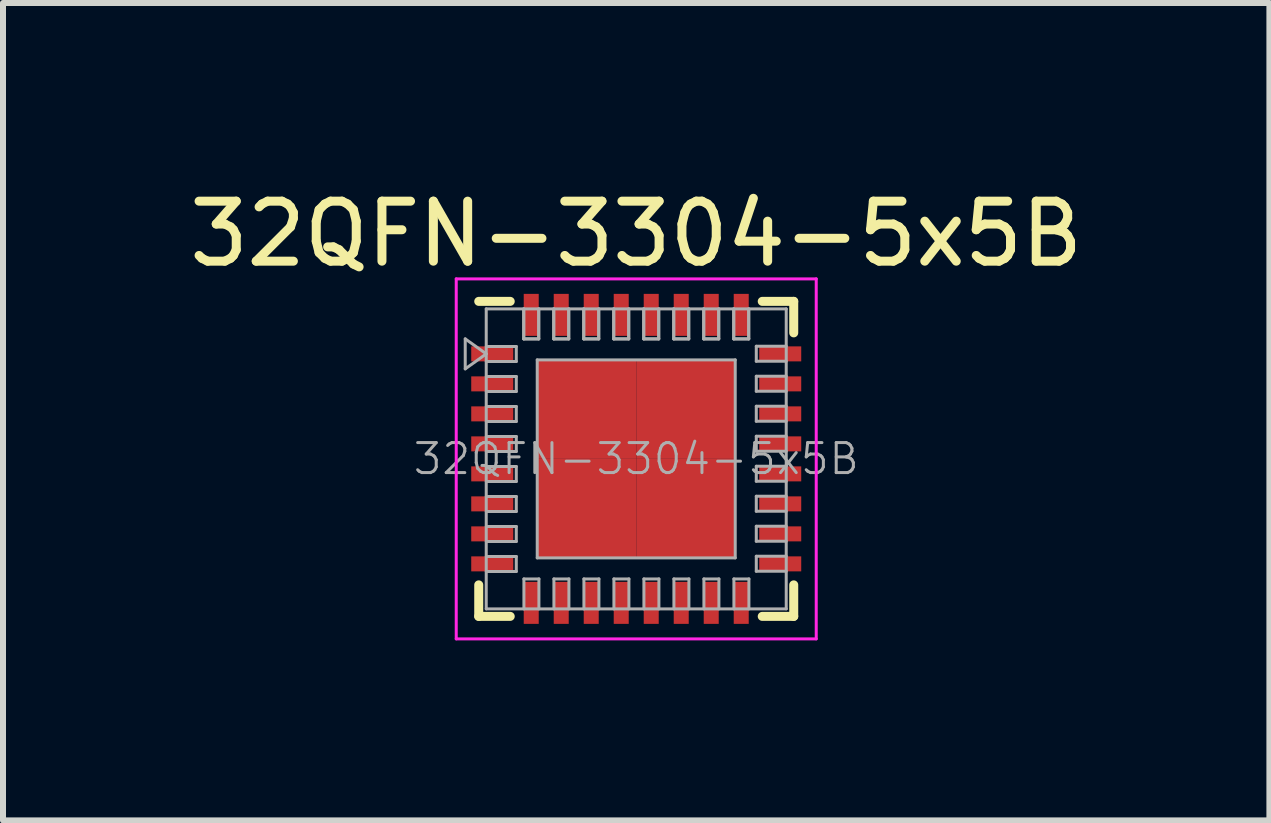
<source format=kicad_pcb>
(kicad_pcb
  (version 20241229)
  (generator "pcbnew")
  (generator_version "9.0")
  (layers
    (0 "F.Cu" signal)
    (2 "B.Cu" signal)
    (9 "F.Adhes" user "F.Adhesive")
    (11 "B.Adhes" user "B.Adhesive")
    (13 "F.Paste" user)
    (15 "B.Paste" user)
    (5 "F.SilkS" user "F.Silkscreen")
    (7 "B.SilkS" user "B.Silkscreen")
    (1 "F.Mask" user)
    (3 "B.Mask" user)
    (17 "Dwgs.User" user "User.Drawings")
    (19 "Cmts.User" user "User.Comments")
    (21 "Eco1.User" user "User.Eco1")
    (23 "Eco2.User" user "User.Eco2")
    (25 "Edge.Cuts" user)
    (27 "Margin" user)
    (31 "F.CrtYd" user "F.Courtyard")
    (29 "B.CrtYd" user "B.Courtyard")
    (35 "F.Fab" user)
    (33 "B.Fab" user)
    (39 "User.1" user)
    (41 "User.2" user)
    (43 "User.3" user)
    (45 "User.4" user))
  (footprint "32QFN-3304-5x5B"
    (layer "F.Cu")
    (at 7.554 4.598)
    (property "Reference" "32QFN-3304-5x5B" (at 0 -3.75 0) (layer "F.SilkS") (effects (font (size 1 1) (thickness 0.15))))
    (attr smd)
    (fp_line (start -2.625 -2.625) (end -2.1 -2.625) (stroke (width 0.15) (type solid)) (layer "F.SilkS"))
    (fp_line (start -2.625 2.625) (end -2.625 2.1) (stroke (width 0.15) (type solid)) (layer "F.SilkS"))
    (fp_line (start -2.625 2.625) (end -2.1 2.625) (stroke (width 0.15) (type solid)) (layer "F.SilkS"))
    (fp_line (start 2.625 -2.625) (end 2.1 -2.625) (stroke (width 0.15) (type solid)) (layer "F.SilkS"))
    (fp_line (start 2.625 -2.625) (end 2.625 -2.1) (stroke (width 0.15) (type solid)) (layer "F.SilkS"))
    (fp_line (start 2.625 2.625) (end 2.1 2.625) (stroke (width 0.15) (type solid)) (layer "F.SilkS"))
    (fp_line (start 2.625 2.625) (end 2.625 2.1) (stroke (width 0.15) (type solid)) (layer "F.SilkS"))
    (fp_line (start -3 -3) (end -3 3) (stroke (width 0.05) (type solid)) (layer "F.CrtYd"))
    (fp_line (start -3 -3) (end 3 -3) (stroke (width 0.05) (type solid)) (layer "F.CrtYd"))
    (fp_line (start -3 3) (end 3 3) (stroke (width 0.05) (type solid)) (layer "F.CrtYd"))
    (fp_line (start 3 -3) (end 3 3) (stroke (width 0.05) (type solid)) (layer "F.CrtYd"))
    (fp_line (start -2.85 -2) (end -2.5 -1.75) (stroke (width 0.05) (type solid)) (layer "F.Fab"))
    (fp_line (start -2.85 -1.5) (end -2.85 -2) (stroke (width 0.05) (type solid)) (layer "F.Fab"))
    (fp_line (start -2.5 -2.5) (end -2.5 2.5) (stroke (width 0.05) (type solid)) (layer "F.Fab"))
    (fp_line (start -2.5 -1.75) (end -2.85 -1.5) (stroke (width 0.05) (type solid)) (layer "F.Fab"))
    (fp_line (start -2.5 2.5) (end 2.5 2.5) (stroke (width 0.05) (type solid)) (layer "F.Fab"))
    (fp_line (start -2.499 -1.873) (end -1.999 -1.873) (stroke (width 0.05) (type solid)) (layer "F.Fab"))
    (fp_line (start -2.499 -1.623) (end -1.999 -1.623) (stroke (width 0.05) (type solid)) (layer "F.Fab"))
    (fp_line (start -2.499 -1.373) (end -1.999 -1.373) (stroke (width 0.05) (type solid)) (layer "F.Fab"))
    (fp_line (start -2.499 -1.123) (end -1.999 -1.123) (stroke (width 0.05) (type solid)) (layer "F.Fab"))
    (fp_line (start -2.499 -0.873) (end -1.999 -0.873) (stroke (width 0.05) (type solid)) (layer "F.Fab"))
    (fp_line (start -2.499 -0.623) (end -1.999 -0.623) (stroke (width 0.05) (type solid)) (layer "F.Fab"))
    (fp_line (start -2.499 -0.373) (end -1.999 -0.373) (stroke (width 0.05) (type solid)) (layer "F.Fab"))
    (fp_line (start -2.499 -0.123) (end -1.999 -0.123) (stroke (width 0.05) (type solid)) (layer "F.Fab"))
    (fp_line (start -2.499 0.127) (end -1.999 0.127) (stroke (width 0.05) (type solid)) (layer "F.Fab"))
    (fp_line (start -2.499 0.377) (end -1.999 0.377) (stroke (width 0.05) (type solid)) (layer "F.Fab"))
    (fp_line (start -2.499 0.627) (end -1.999 0.627) (stroke (width 0.05) (type solid)) (layer "F.Fab"))
    (fp_line (start -2.499 0.877) (end -1.999 0.877) (stroke (width 0.05) (type solid)) (layer "F.Fab"))
    (fp_line (start -2.499 1.127) (end -1.999 1.127) (stroke (width 0.05) (type solid)) (layer "F.Fab"))
    (fp_line (start -2.499 1.377) (end -1.999 1.377) (stroke (width 0.05) (type solid)) (layer "F.Fab"))
    (fp_line (start -2.499 1.627) (end -1.999 1.627) (stroke (width 0.05) (type solid)) (layer "F.Fab"))
    (fp_line (start -2.499 1.877) (end -1.999 1.877) (stroke (width 0.05) (type solid)) (layer "F.Fab"))
    (fp_line (start -1.999 -1.873) (end -1.999 -1.623) (stroke (width 0.05) (type solid)) (layer "F.Fab"))
    (fp_line (start -1.999 -1.373) (end -1.999 -1.123) (stroke (width 0.05) (type solid)) (layer "F.Fab"))
    (fp_line (start -1.999 -0.873) (end -1.999 -0.623) (stroke (width 0.05) (type solid)) (layer "F.Fab"))
    (fp_line (start -1.999 -0.373) (end -1.999 -0.123) (stroke (width 0.05) (type solid)) (layer "F.Fab"))
    (fp_line (start -1.999 0.127) (end -1.999 0.377) (stroke (width 0.05) (type solid)) (layer "F.Fab"))
    (fp_line (start -1.999 0.627) (end -1.999 0.877) (stroke (width 0.05) (type solid)) (layer "F.Fab"))
    (fp_line (start -1.999 1.127) (end -1.999 1.377) (stroke (width 0.05) (type solid)) (layer "F.Fab"))
    (fp_line (start -1.999 1.627) (end -1.999 1.877) (stroke (width 0.05) (type solid)) (layer "F.Fab"))
    (fp_line (start -1.875 -2.5) (end -1.875 -2) (stroke (width 0.05) (type solid)) (layer "F.Fab"))
    (fp_line (start -1.875 -2.5) (end -1.875 -2) (stroke (width 0.05) (type solid)) (layer "F.Fab"))
    (fp_line (start -1.872 2.001) (end -1.622 2.001) (stroke (width 0.05) (type solid)) (layer "F.Fab"))
    (fp_line (start -1.872 2.501) (end -1.872 2.001) (stroke (width 0.05) (type solid)) (layer "F.Fab"))
    (fp_line (start -1.65 -1.65) (end 1.65 -1.65) (stroke (width 0.05) (type solid)) (layer "F.Fab"))
    (fp_line (start -1.65 1.65) (end -1.65 -1.65) (stroke (width 0.05) (type solid)) (layer "F.Fab"))
    (fp_line (start -1.625 -2.5) (end -1.625 -2) (stroke (width 0.05) (type solid)) (layer "F.Fab"))
    (fp_line (start -1.625 -2.5) (end -1.625 -2) (stroke (width 0.05) (type solid)) (layer "F.Fab"))
    (fp_line (start -1.625 -2) (end -1.875 -2) (stroke (width 0.05) (type solid)) (layer "F.Fab"))
    (fp_line (start -1.625 -2) (end -1.875 -2) (stroke (width 0.05) (type solid)) (layer "F.Fab"))
    (fp_line (start -1.622 2.501) (end -1.622 2.001) (stroke (width 0.05) (type solid)) (layer "F.Fab"))
    (fp_line (start -1.375 -2.5) (end -1.375 -2) (stroke (width 0.05) (type solid)) (layer "F.Fab"))
    (fp_line (start -1.375 -2.5) (end -1.375 -2) (stroke (width 0.05) (type solid)) (layer "F.Fab"))
    (fp_line (start -1.372 2.001) (end -1.122 2.001) (stroke (width 0.05) (type solid)) (layer "F.Fab"))
    (fp_line (start -1.372 2.501) (end -1.372 2.001) (stroke (width 0.05) (type solid)) (layer "F.Fab"))
    (fp_line (start -1.125 -2.5) (end -1.125 -2) (stroke (width 0.05) (type solid)) (layer "F.Fab"))
    (fp_line (start -1.125 -2.5) (end -1.125 -2) (stroke (width 0.05) (type solid)) (layer "F.Fab"))
    (fp_line (start -1.125 -2) (end -1.375 -2) (stroke (width 0.05) (type solid)) (layer "F.Fab"))
    (fp_line (start -1.125 -2) (end -1.375 -2) (stroke (width 0.05) (type solid)) (layer "F.Fab"))
    (fp_line (start -1.122 2.501) (end -1.122 2.001) (stroke (width 0.05) (type solid)) (layer "F.Fab"))
    (fp_line (start -0.875 -2.5) (end -0.875 -2) (stroke (width 0.05) (type solid)) (layer "F.Fab"))
    (fp_line (start -0.875 -2.5) (end -0.875 -2) (stroke (width 0.05) (type solid)) (layer "F.Fab"))
    (fp_line (start -0.872 2.001) (end -0.622 2.001) (stroke (width 0.05) (type solid)) (layer "F.Fab"))
    (fp_line (start -0.872 2.501) (end -0.872 2.001) (stroke (width 0.05) (type solid)) (layer "F.Fab"))
    (fp_line (start -0.625 -2.5) (end -0.625 -2) (stroke (width 0.05) (type solid)) (layer "F.Fab"))
    (fp_line (start -0.625 -2.5) (end -0.625 -2) (stroke (width 0.05) (type solid)) (layer "F.Fab"))
    (fp_line (start -0.625 -2) (end -0.875 -2) (stroke (width 0.05) (type solid)) (layer "F.Fab"))
    (fp_line (start -0.625 -2) (end -0.875 -2) (stroke (width 0.05) (type solid)) (layer "F.Fab"))
    (fp_line (start -0.622 2.501) (end -0.622 2.001) (stroke (width 0.05) (type solid)) (layer "F.Fab"))
    (fp_line (start -0.375 -2.5) (end -0.375 -2) (stroke (width 0.05) (type solid)) (layer "F.Fab"))
    (fp_line (start -0.375 -2.5) (end -0.375 -2) (stroke (width 0.05) (type solid)) (layer "F.Fab"))
    (fp_line (start -0.372 2.001) (end -0.122 2.001) (stroke (width 0.05) (type solid)) (layer "F.Fab"))
    (fp_line (start -0.372 2.501) (end -0.372 2.001) (stroke (width 0.05) (type solid)) (layer "F.Fab"))
    (fp_line (start -0.125 -2.5) (end -0.125 -2) (stroke (width 0.05) (type solid)) (layer "F.Fab"))
    (fp_line (start -0.125 -2.5) (end -0.125 -2) (stroke (width 0.05) (type solid)) (layer "F.Fab"))
    (fp_line (start -0.125 -2) (end -0.375 -2) (stroke (width 0.05) (type solid)) (layer "F.Fab"))
    (fp_line (start -0.125 -2) (end -0.375 -2) (stroke (width 0.05) (type solid)) (layer "F.Fab"))
    (fp_line (start -0.122 2.501) (end -0.122 2.001) (stroke (width 0.05) (type solid)) (layer "F.Fab"))
    (fp_line (start 0.125 -2.5) (end 0.125 -2) (stroke (width 0.05) (type solid)) (layer "F.Fab"))
    (fp_line (start 0.125 -2.5) (end 0.125 -2) (stroke (width 0.05) (type solid)) (layer "F.Fab"))
    (fp_line (start 0.128 2.001) (end 0.378 2.001) (stroke (width 0.05) (type solid)) (layer "F.Fab"))
    (fp_line (start 0.128 2.501) (end 0.128 2.001) (stroke (width 0.05) (type solid)) (layer "F.Fab"))
    (fp_line (start 0.375 -2.5) (end 0.375 -2) (stroke (width 0.05) (type solid)) (layer "F.Fab"))
    (fp_line (start 0.375 -2.5) (end 0.375 -2) (stroke (width 0.05) (type solid)) (layer "F.Fab"))
    (fp_line (start 0.375 -2) (end 0.125 -2) (stroke (width 0.05) (type solid)) (layer "F.Fab"))
    (fp_line (start 0.375 -2) (end 0.125 -2) (stroke (width 0.05) (type solid)) (layer "F.Fab"))
    (fp_line (start 0.378 2.501) (end 0.378 2.001) (stroke (width 0.05) (type solid)) (layer "F.Fab"))
    (fp_line (start 0.625 -2.5) (end 0.625 -2) (stroke (width 0.05) (type solid)) (layer "F.Fab"))
    (fp_line (start 0.625 -2.5) (end 0.625 -2) (stroke (width 0.05) (type solid)) (layer "F.Fab"))
    (fp_line (start 0.628 2.001) (end 0.878 2.001) (stroke (width 0.05) (type solid)) (layer "F.Fab"))
    (fp_line (start 0.628 2.501) (end 0.628 2.001) (stroke (width 0.05) (type solid)) (layer "F.Fab"))
    (fp_line (start 0.875 -2.5) (end 0.875 -2) (stroke (width 0.05) (type solid)) (layer "F.Fab"))
    (fp_line (start 0.875 -2.5) (end 0.875 -2) (stroke (width 0.05) (type solid)) (layer "F.Fab"))
    (fp_line (start 0.875 -2) (end 0.625 -2) (stroke (width 0.05) (type solid)) (layer "F.Fab"))
    (fp_line (start 0.875 -2) (end 0.625 -2) (stroke (width 0.05) (type solid)) (layer "F.Fab"))
    (fp_line (start 0.878 2.501) (end 0.878 2.001) (stroke (width 0.05) (type solid)) (layer "F.Fab"))
    (fp_line (start 1.125 -2.5) (end 1.125 -2) (stroke (width 0.05) (type solid)) (layer "F.Fab"))
    (fp_line (start 1.125 -2.5) (end 1.125 -2) (stroke (width 0.05) (type solid)) (layer "F.Fab"))
    (fp_line (start 1.128 2.001) (end 1.378 2.001) (stroke (width 0.05) (type solid)) (layer "F.Fab"))
    (fp_line (start 1.128 2.501) (end 1.128 2.001) (stroke (width 0.05) (type solid)) (layer "F.Fab"))
    (fp_line (start 1.375 -2.5) (end 1.375 -2) (stroke (width 0.05) (type solid)) (layer "F.Fab"))
    (fp_line (start 1.375 -2.5) (end 1.375 -2) (stroke (width 0.05) (type solid)) (layer "F.Fab"))
    (fp_line (start 1.375 -2) (end 1.125 -2) (stroke (width 0.05) (type solid)) (layer "F.Fab"))
    (fp_line (start 1.375 -2) (end 1.125 -2) (stroke (width 0.05) (type solid)) (layer "F.Fab"))
    (fp_line (start 1.378 2.501) (end 1.378 2.001) (stroke (width 0.05) (type solid)) (layer "F.Fab"))
    (fp_line (start 1.625 -2.5) (end 1.625 -2) (stroke (width 0.05) (type solid)) (layer "F.Fab"))
    (fp_line (start 1.625 -2.5) (end 1.625 -2) (stroke (width 0.05) (type solid)) (layer "F.Fab"))
    (fp_line (start 1.628 2.001) (end 1.878 2.001) (stroke (width 0.05) (type solid)) (layer "F.Fab"))
    (fp_line (start 1.628 2.501) (end 1.628 2.001) (stroke (width 0.05) (type solid)) (layer "F.Fab"))
    (fp_line (start 1.65 -1.65) (end 1.65 1.65) (stroke (width 0.05) (type solid)) (layer "F.Fab"))
    (fp_line (start 1.65 1.65) (end -1.65 1.65) (stroke (width 0.05) (type solid)) (layer "F.Fab"))
    (fp_line (start 1.875 -2.5) (end 1.875 -2) (stroke (width 0.05) (type solid)) (layer "F.Fab"))
    (fp_line (start 1.875 -2.5) (end 1.875 -2) (stroke (width 0.05) (type solid)) (layer "F.Fab"))
    (fp_line (start 1.875 -2) (end 1.625 -2) (stroke (width 0.05) (type solid)) (layer "F.Fab"))
    (fp_line (start 1.875 -2) (end 1.625 -2) (stroke (width 0.05) (type solid)) (layer "F.Fab"))
    (fp_line (start 1.878 2.501) (end 1.878 2.001) (stroke (width 0.05) (type solid)) (layer "F.Fab"))
    (fp_line (start 2.001 -1.627) (end 2.001 -1.877) (stroke (width 0.05) (type solid)) (layer "F.Fab"))
    (fp_line (start 2.001 -1.127) (end 2.001 -1.377) (stroke (width 0.05) (type solid)) (layer "F.Fab"))
    (fp_line (start 2.001 -0.627) (end 2.001 -0.877) (stroke (width 0.05) (type solid)) (layer "F.Fab"))
    (fp_line (start 2.001 -0.127) (end 2.001 -0.377) (stroke (width 0.05) (type solid)) (layer "F.Fab"))
    (fp_line (start 2.001 0.373) (end 2.001 0.123) (stroke (width 0.05) (type solid)) (layer "F.Fab"))
    (fp_line (start 2.001 0.873) (end 2.001 0.623) (stroke (width 0.05) (type solid)) (layer "F.Fab"))
    (fp_line (start 2.001 1.373) (end 2.001 1.123) (stroke (width 0.05) (type solid)) (layer "F.Fab"))
    (fp_line (start 2.001 1.873) (end 2.001 1.623) (stroke (width 0.05) (type solid)) (layer "F.Fab"))
    (fp_line (start 2.5 -2.5) (end -2.5 -2.5) (stroke (width 0.05) (type solid)) (layer "F.Fab"))
    (fp_line (start 2.5 2.5) (end 2.5 -2.5) (stroke (width 0.05) (type solid)) (layer "F.Fab"))
    (fp_line (start 2.501 -1.877) (end 2.001 -1.877) (stroke (width 0.05) (type solid)) (layer "F.Fab"))
    (fp_line (start 2.501 -1.627) (end 2.001 -1.627) (stroke (width 0.05) (type solid)) (layer "F.Fab"))
    (fp_line (start 2.501 -1.377) (end 2.001 -1.377) (stroke (width 0.05) (type solid)) (layer "F.Fab"))
    (fp_line (start 2.501 -1.127) (end 2.001 -1.127) (stroke (width 0.05) (type solid)) (layer "F.Fab"))
    (fp_line (start 2.501 -0.877) (end 2.001 -0.877) (stroke (width 0.05) (type solid)) (layer "F.Fab"))
    (fp_line (start 2.501 -0.627) (end 2.001 -0.627) (stroke (width 0.05) (type solid)) (layer "F.Fab"))
    (fp_line (start 2.501 -0.377) (end 2.001 -0.377) (stroke (width 0.05) (type solid)) (layer "F.Fab"))
    (fp_line (start 2.501 -0.127) (end 2.001 -0.127) (stroke (width 0.05) (type solid)) (layer "F.Fab"))
    (fp_line (start 2.501 0.123) (end 2.001 0.123) (stroke (width 0.05) (type solid)) (layer "F.Fab"))
    (fp_line (start 2.501 0.373) (end 2.001 0.373) (stroke (width 0.05) (type solid)) (layer "F.Fab"))
    (fp_line (start 2.501 0.623) (end 2.001 0.623) (stroke (width 0.05) (type solid)) (layer "F.Fab"))
    (fp_line (start 2.501 0.873) (end 2.001 0.873) (stroke (width 0.05) (type solid)) (layer "F.Fab"))
    (fp_line (start 2.501 1.123) (end 2.001 1.123) (stroke (width 0.05) (type solid)) (layer "F.Fab"))
    (fp_line (start 2.501 1.373) (end 2.001 1.373) (stroke (width 0.05) (type solid)) (layer "F.Fab"))
    (fp_line (start 2.501 1.623) (end 2.001 1.623) (stroke (width 0.05) (type solid)) (layer "F.Fab"))
    (fp_line (start 2.501 1.873) (end 2.001 1.873) (stroke (width 0.05) (type solid)) (layer "F.Fab"))
    (fp_text user "${REFERENCE}" (at 0 0 0) (layer "F.Fab") (effects (font (size 0.5 0.5) (thickness 0.05))))
    (pad "1" smd rect (at -2.4 -1.75) (size 0.7 0.25) (layers "F.Cu" "F.Mask" "F.Paste"))
    (pad "2" smd rect (at -2.4 -1.25) (size 0.7 0.25) (layers "F.Cu" "F.Mask" "F.Paste"))
    (pad "3" smd rect (at -2.4 -0.75) (size 0.7 0.25) (layers "F.Cu" "F.Mask" "F.Paste"))
    (pad "4" smd rect (at -2.4 -0.25) (size 0.7 0.25) (layers "F.Cu" "F.Mask" "F.Paste"))
    (pad "5" smd rect (at -2.4 0.25) (size 0.7 0.25) (layers "F.Cu" "F.Mask" "F.Paste"))
    (pad "6" smd rect (at -2.4 0.75) (size 0.7 0.25) (layers "F.Cu" "F.Mask" "F.Paste"))
    (pad "7" smd rect (at -2.4 1.25) (size 0.7 0.25) (layers "F.Cu" "F.Mask" "F.Paste"))
    (pad "8" smd rect (at -2.4 1.75) (size 0.7 0.25) (layers "F.Cu" "F.Mask" "F.Paste"))
    (pad "9" smd rect (at -1.75 2.4 90) (size 0.7 0.25) (layers "F.Cu" "F.Mask" "F.Paste"))
    (pad "10" smd rect (at -1.25 2.4 90) (size 0.7 0.25) (layers "F.Cu" "F.Mask" "F.Paste"))
    (pad "11" smd rect (at -0.75 2.4 90) (size 0.7 0.25) (layers "F.Cu" "F.Mask" "F.Paste"))
    (pad "12" smd rect (at -0.25 2.4 90) (size 0.7 0.25) (layers "F.Cu" "F.Mask" "F.Paste"))
    (pad "13" smd rect (at 0.25 2.4 90) (size 0.7 0.25) (layers "F.Cu" "F.Mask" "F.Paste"))
    (pad "14" smd rect (at 0.75 2.4 90) (size 0.7 0.25) (layers "F.Cu" "F.Mask" "F.Paste"))
    (pad "15" smd rect (at 1.25 2.4 90) (size 0.7 0.25) (layers "F.Cu" "F.Mask" "F.Paste"))
    (pad "16" smd rect (at 1.75 2.4 90) (size 0.7 0.25) (layers "F.Cu" "F.Mask" "F.Paste"))
    (pad "17" smd rect (at 2.4 1.75) (size 0.7 0.25) (layers "F.Cu" "F.Mask" "F.Paste"))
    (pad "18" smd rect (at 2.4 1.25) (size 0.7 0.25) (layers "F.Cu" "F.Mask" "F.Paste"))
    (pad "19" smd rect (at 2.4 0.75) (size 0.7 0.25) (layers "F.Cu" "F.Mask" "F.Paste"))
    (pad "20" smd rect (at 2.4 0.25) (size 0.7 0.25) (layers "F.Cu" "F.Mask" "F.Paste"))
    (pad "21" smd rect (at 2.4 -0.25) (size 0.7 0.25) (layers "F.Cu" "F.Mask" "F.Paste"))
    (pad "22" smd rect (at 2.4 -0.75) (size 0.7 0.25) (layers "F.Cu" "F.Mask" "F.Paste"))
    (pad "23" smd rect (at 2.4 -1.25) (size 0.7 0.25) (layers "F.Cu" "F.Mask" "F.Paste"))
    (pad "24" smd rect (at 2.4 -1.75) (size 0.7 0.25) (layers "F.Cu" "F.Mask" "F.Paste"))
    (pad "25" smd rect (at 1.75 -2.4 90) (size 0.7 0.25) (layers "F.Cu" "F.Mask" "F.Paste"))
    (pad "26" smd rect (at 1.25 -2.4 90) (size 0.7 0.25) (layers "F.Cu" "F.Mask" "F.Paste"))
    (pad "27" smd rect (at 0.75 -2.4 90) (size 0.7 0.25) (layers "F.Cu" "F.Mask" "F.Paste"))
    (pad "28" smd rect (at 0.25 -2.4 90) (size 0.7 0.25) (layers "F.Cu" "F.Mask" "F.Paste"))
    (pad "29" smd rect (at -0.25 -2.4 90) (size 0.7 0.25) (layers "F.Cu" "F.Mask" "F.Paste"))
    (pad "30" smd rect (at -0.75 -2.4 90) (size 0.7 0.25) (layers "F.Cu" "F.Mask" "F.Paste"))
    (pad "31" smd rect (at -1.25 -2.4 90) (size 0.7 0.25) (layers "F.Cu" "F.Mask" "F.Paste"))
    (pad "32" smd rect (at -1.75 -2.4 90) (size 0.7 0.25) (layers "F.Cu" "F.Mask" "F.Paste"))
    (pad "33" smd rect (at -0.825 -0.825) (size 1.65 1.65) (layers "F.Cu" "F.Mask" "F.Paste"))
    (pad "33" smd rect (at -0.825 0.825) (size 1.65 1.65) (layers "F.Cu" "F.Mask" "F.Paste"))
    (pad "33" smd rect (at 0.825 -0.825) (size 1.65 1.65) (layers "F.Cu" "F.Mask" "F.Paste"))
    (pad "33" smd rect (at 0.825 0.825) (size 1.65 1.65) (layers "F.Cu" "F.Mask" "F.Paste")))
  (gr_rect
    (start -3 -3)
    (end 18.107 10.623)
    (stroke (width 0.1) (type default))
    (fill no)
    (layer "Edge.Cuts")))
</source>
